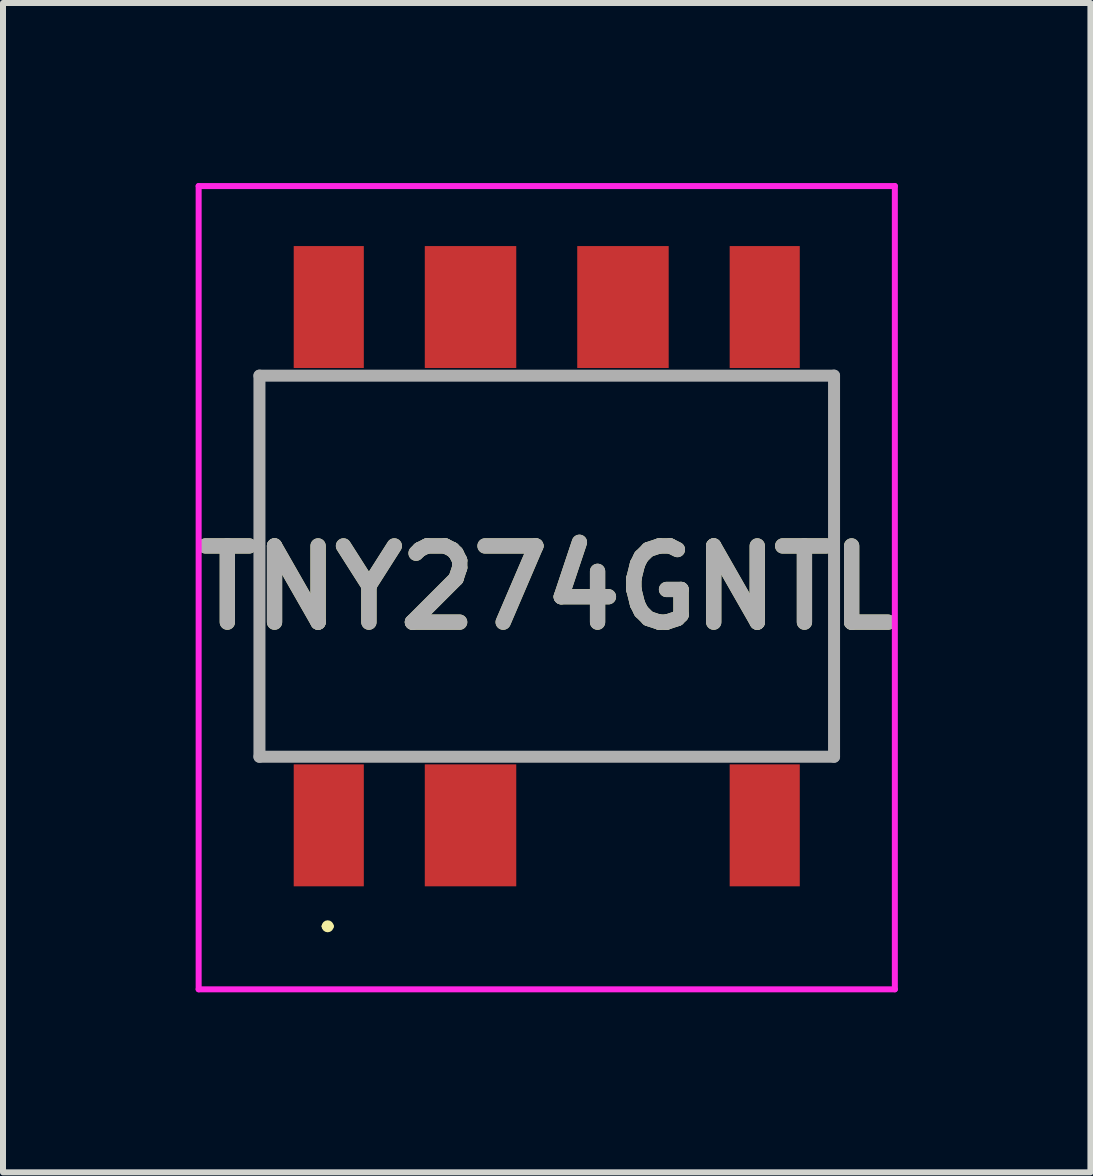
<source format=kicad_pcb>
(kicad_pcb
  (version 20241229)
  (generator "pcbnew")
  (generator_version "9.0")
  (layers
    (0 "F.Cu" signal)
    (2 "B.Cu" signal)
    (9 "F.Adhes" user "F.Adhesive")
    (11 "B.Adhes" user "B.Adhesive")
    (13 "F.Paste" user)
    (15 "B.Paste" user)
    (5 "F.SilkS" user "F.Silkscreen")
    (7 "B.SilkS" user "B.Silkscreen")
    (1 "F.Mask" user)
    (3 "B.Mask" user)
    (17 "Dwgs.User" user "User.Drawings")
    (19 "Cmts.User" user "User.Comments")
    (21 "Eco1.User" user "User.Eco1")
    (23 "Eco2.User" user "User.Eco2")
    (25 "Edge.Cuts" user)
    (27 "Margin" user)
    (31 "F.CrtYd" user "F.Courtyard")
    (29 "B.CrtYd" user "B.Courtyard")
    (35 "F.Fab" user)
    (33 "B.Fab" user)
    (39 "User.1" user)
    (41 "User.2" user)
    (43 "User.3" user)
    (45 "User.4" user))
  (footprint "TNY274GNTL"
    (layer "F.Cu")
    (at 6.06 7.25)
    (property "Reference" "TNY274GNTL" (at 0 -0.508 0) (layer "F.SilkS") (effects (font (size 1.27 1.27) (thickness 0.254))))
    (attr smd)
    (fp_line (start -4.8 -4.066) (end -4.787 2.334) (stroke (width 0.1) (type solid)) (layer "F.SilkS"))
    (fp_line (start -4.787 2.334) (end -4.6 2.334) (stroke (width 0.1) (type solid)) (layer "F.SilkS"))
    (fp_line (start -4.6 -4.066) (end -4.8 -4.066) (stroke (width 0.1) (type solid)) (layer "F.SilkS"))
    (fp_line (start -3.7 5.134) (end -3.7 5.134) (stroke (width 0.1) (type solid)) (layer "F.SilkS"))
    (fp_line (start -3.6 5.134) (end -3.6 5.134) (stroke (width 0.1) (type solid)) (layer "F.SilkS"))
    (fp_line (start -0.2 2.334) (end 2.6 2.309) (stroke (width 0.1) (type solid)) (layer "F.SilkS"))
    (fp_line (start 4.6 -4.066) (end 4.8 -4.066) (stroke (width 0.1) (type solid)) (layer "F.SilkS"))
    (fp_line (start 4.8 -4.066) (end 4.8 2.309) (stroke (width 0.1) (type solid)) (layer "F.SilkS"))
    (fp_line (start 4.8 2.309) (end 4.6 2.309) (stroke (width 0.1) (type solid)) (layer "F.SilkS"))
    (fp_arc (start -3.7 5.134) (mid -3.65 5.084) (end -3.6 5.134) (stroke (width 0.1) (type solid)) (layer "F.SilkS"))
    (fp_arc (start -3.6 5.134) (mid -3.65 5.184) (end -3.7 5.134) (stroke (width 0.1) (type solid)) (layer "F.SilkS"))
    (fp_line (start -5.8 -7.2) (end 5.8 -7.2) (stroke (width 0.1) (type solid)) (layer "F.CrtYd"))
    (fp_line (start -5.8 6.184) (end -5.8 -7.2) (stroke (width 0.1) (type solid)) (layer "F.CrtYd"))
    (fp_line (start 5.8 -7.2) (end 5.8 6.184) (stroke (width 0.1) (type solid)) (layer "F.CrtYd"))
    (fp_line (start 5.8 6.184) (end -5.8 6.184) (stroke (width 0.1) (type solid)) (layer "F.CrtYd"))
    (fp_line (start -4.787 -4.041) (end 4.787 -4.041) (stroke (width 0.2) (type solid)) (layer "F.Fab"))
    (fp_line (start -4.787 2.309) (end -4.787 -4.041) (stroke (width 0.2) (type solid)) (layer "F.Fab"))
    (fp_line (start 4.787 -4.041) (end 4.787 2.309) (stroke (width 0.2) (type solid)) (layer "F.Fab"))
    (fp_line (start 4.787 2.309) (end -4.787 2.309) (stroke (width 0.2) (type solid)) (layer "F.Fab"))
    (fp_text user "${REFERENCE}" (at 0 -0.508 0) (layer "F.Fab") (effects (font (size 1.27 1.27) (thickness 0.254))))
    (pad "1" smd rect (at -3.632 3.452) (size 1.168 2.032) (layers "F.Cu" "F.Mask" "F.Paste"))
    (pad "2" smd rect (at -1.27 3.452) (size 1.524 2.032) (layers "F.Cu" "F.Mask" "F.Paste"))
    (pad "4" smd rect (at 3.632 3.452) (size 1.168 2.032) (layers "F.Cu" "F.Mask" "F.Paste"))
    (pad "5" smd rect (at 3.632 -5.184) (size 1.168 2.032) (layers "F.Cu" "F.Mask" "F.Paste"))
    (pad "6" smd rect (at 1.27 -5.184) (size 1.524 2.032) (layers "F.Cu" "F.Mask" "F.Paste"))
    (pad "7" smd rect (at -1.27 -5.184) (size 1.524 2.032) (layers "F.Cu" "F.Mask" "F.Paste"))
    (pad "8" smd rect (at -3.632 -5.184) (size 1.168 2.032) (layers "F.Cu" "F.Mask" "F.Paste")))
  (gr_rect
    (start -3 -3)
    (end 15.119 16.484)
    (stroke (width 0.1) (type default))
    (fill no)
    (layer "Edge.Cuts")))
</source>
